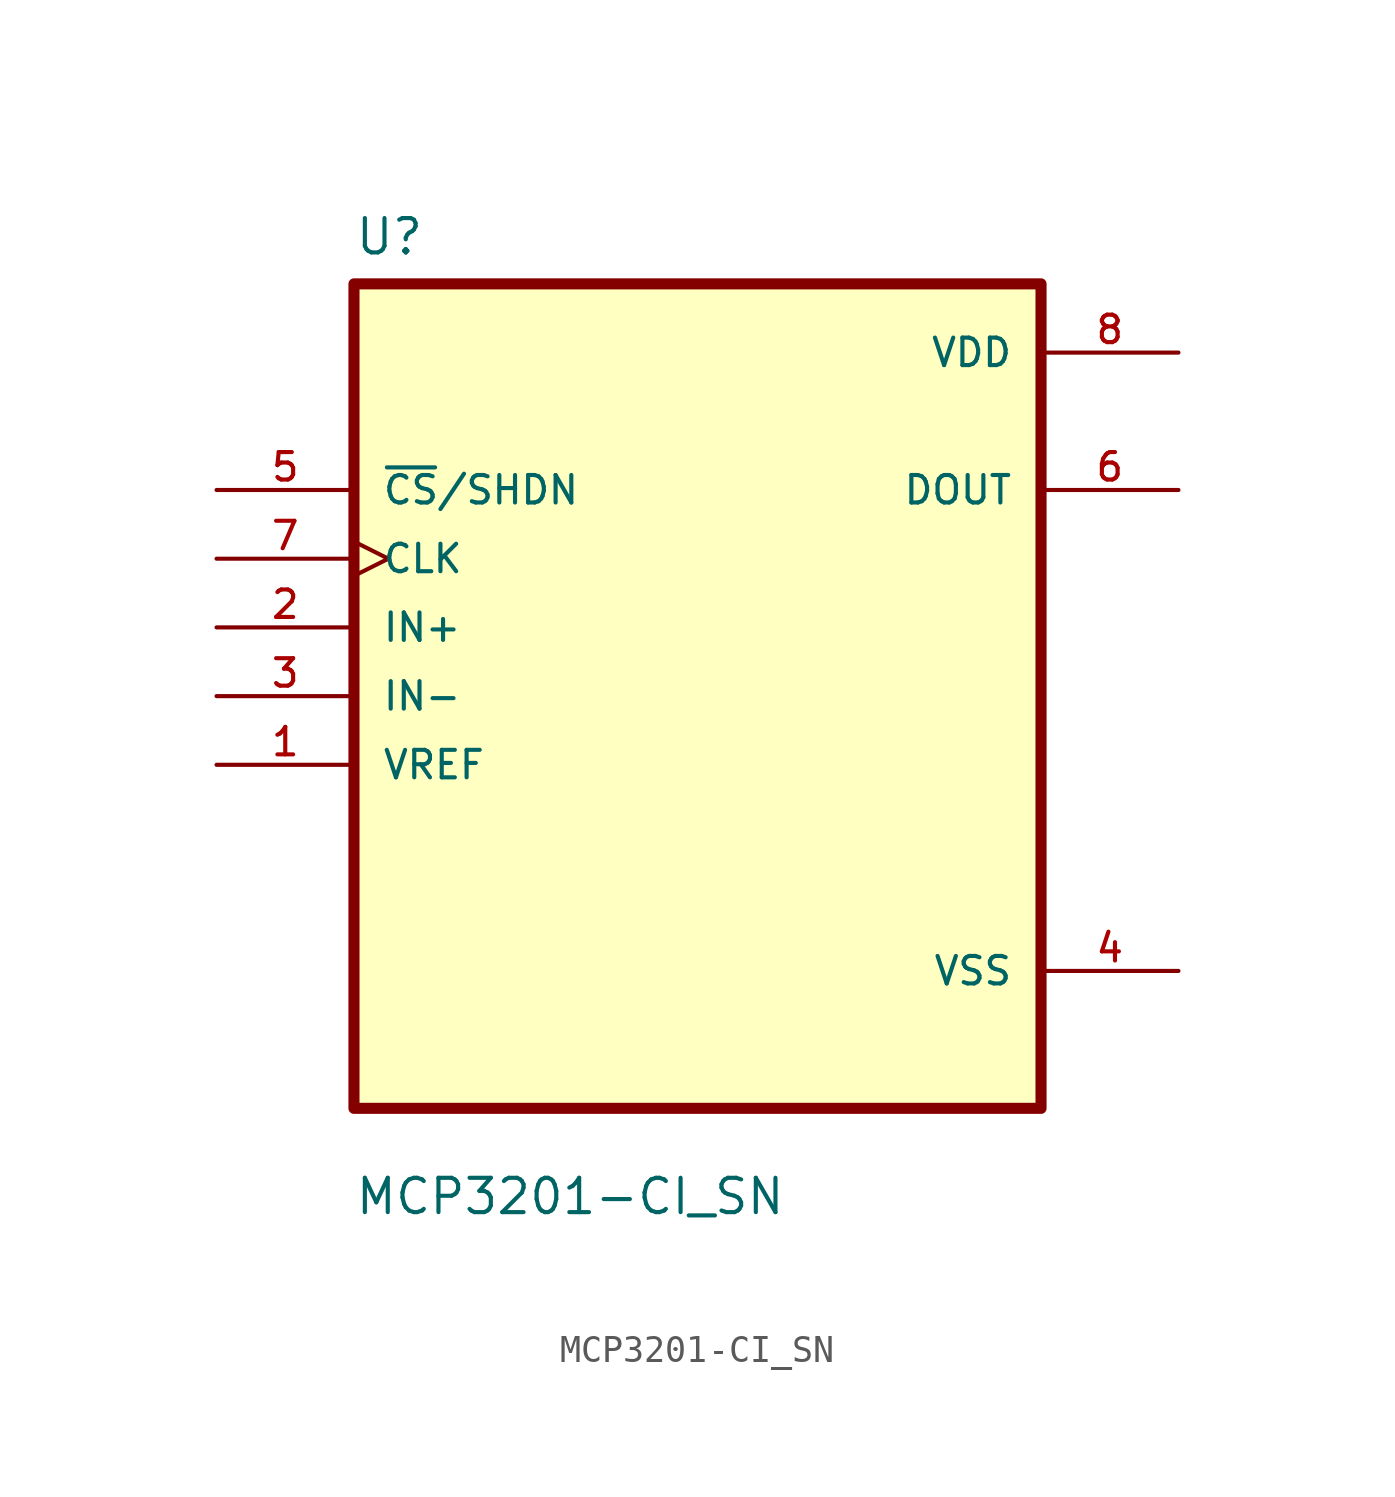
<source format=kicad_sym>
(kicad_symbol_lib
  (version 20211014)
  (generator kicad_symbol_editor)
  (symbol "MCP3201-CI_SN"
    (pin_names
      (offset 1.016))
    (property "Reference" "U"
      (at -12.7 16.24 0.0)
      (effects (font (size 1.27 1.27)) (justify bottom left)))
    (property "Value" "MCP3201-CI_SN"
      (at -12.7 -19.24 0.0)
      (effects (font (size 1.27 1.27)) (justify bottom left)))
    (symbol "MCP3201-CI_SN_0_0"
      (rectangle (start -12.7 -15.24) (end 12.7 15.24) (stroke (width 0.41)) (fill (type background)))
      (pin input line (at -17.78 7.62 0) (length 5.08) (name "~{CS}/SHDN" (effects (font (size 1.016 1.016)))) (number "5" (effects (font (size 1.016 1.016)))))
      (pin input clock (at -17.78 5.08 0) (length 5.08) (name "CLK" (effects (font (size 1.016 1.016)))) (number "7" (effects (font (size 1.016 1.016)))))
      (pin input line (at -17.78 2.54 0) (length 5.08) (name "IN+" (effects (font (size 1.016 1.016)))) (number "2" (effects (font (size 1.016 1.016)))))
      (pin input line (at -17.78 0.0 0) (length 5.08) (name "IN-" (effects (font (size 1.016 1.016)))) (number "3" (effects (font (size 1.016 1.016)))))
      (pin input line (at -17.78 -2.54 0) (length 5.08) (name "VREF" (effects (font (size 1.016 1.016)))) (number "1" (effects (font (size 1.016 1.016)))))
      (pin power_in line (at 17.78 12.7 180.0) (length 5.08) (name "VDD" (effects (font (size 1.016 1.016)))) (number "8" (effects (font (size 1.016 1.016)))))
      (pin output line (at 17.78 7.62 180.0) (length 5.08) (name "DOUT" (effects (font (size 1.016 1.016)))) (number "6" (effects (font (size 1.016 1.016)))))
      (pin power_in line (at 17.78 -10.16 180.0) (length 5.08) (name "VSS" (effects (font (size 1.016 1.016)))) (number "4" (effects (font (size 1.016 1.016))))))))
</source>
